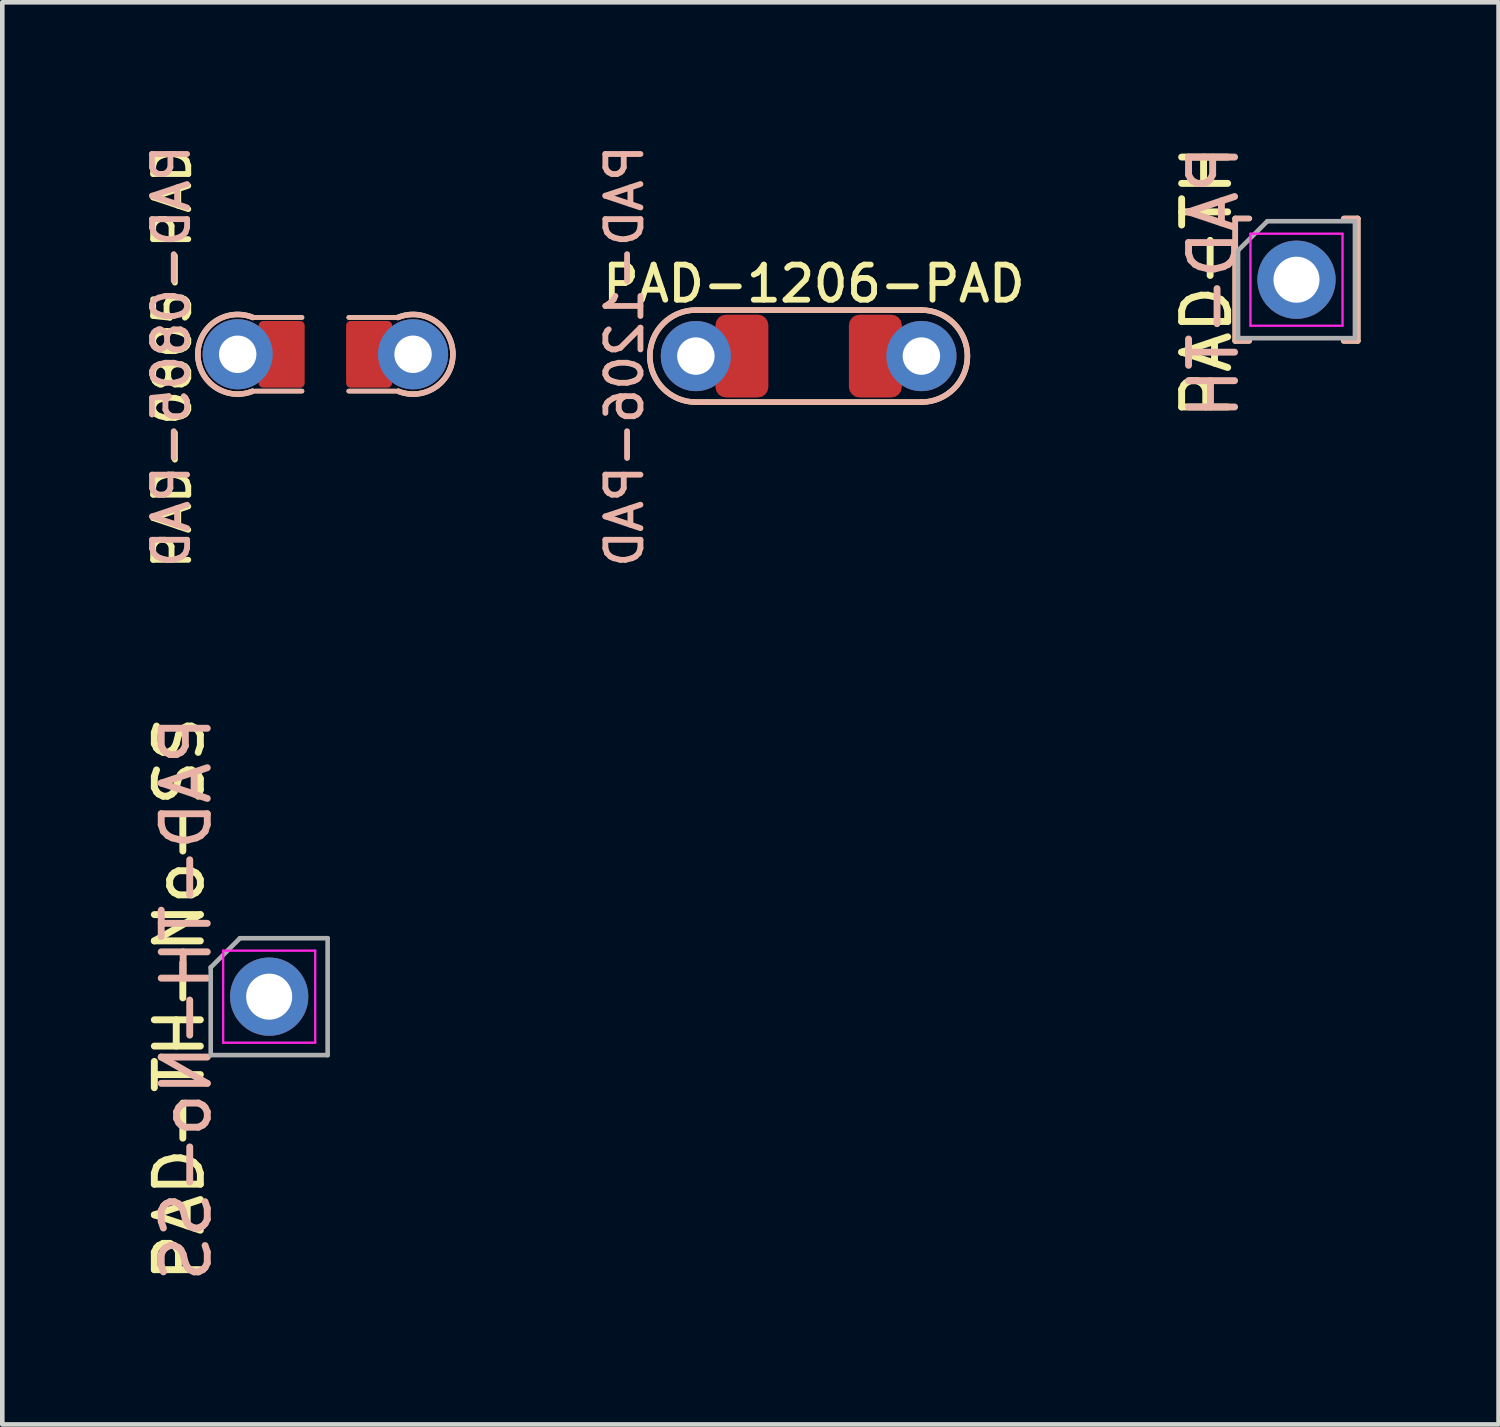
<source format=kicad_pcb>
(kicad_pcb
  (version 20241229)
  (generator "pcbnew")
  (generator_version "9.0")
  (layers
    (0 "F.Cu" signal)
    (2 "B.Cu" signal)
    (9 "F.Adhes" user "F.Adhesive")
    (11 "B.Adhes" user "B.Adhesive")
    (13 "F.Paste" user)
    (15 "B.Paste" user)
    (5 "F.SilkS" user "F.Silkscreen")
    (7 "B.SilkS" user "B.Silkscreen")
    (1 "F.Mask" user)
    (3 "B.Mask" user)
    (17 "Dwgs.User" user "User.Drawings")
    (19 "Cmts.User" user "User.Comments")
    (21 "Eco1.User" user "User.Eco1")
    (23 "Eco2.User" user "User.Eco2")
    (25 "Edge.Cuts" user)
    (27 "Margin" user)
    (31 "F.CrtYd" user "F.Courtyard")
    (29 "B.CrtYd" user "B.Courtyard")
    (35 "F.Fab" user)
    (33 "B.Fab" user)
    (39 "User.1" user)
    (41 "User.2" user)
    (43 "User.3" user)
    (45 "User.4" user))
  (footprint "PAD-0805-PAD"
    (placed yes)
    (layer "F.Cu")
    (at 4.019 4.647)
    (property "Reference" "PAD-0805-PAD" (at -3.325 0.075 270) (layer "F.SilkS") (effects (font (size 0.762 0.762) (thickness 0.127))))
    (attr smd)
    (fp_line (start -1.524 -0.8) (end -0.508 -0.8) (stroke (width 0.099) (type solid)) (layer "F.SilkS"))
    (fp_line (start -0.508 0.8) (end -1.524 0.8) (stroke (width 0.099) (type solid)) (layer "F.SilkS"))
    (fp_line (start 0.508 -0.8) (end 1.524 -0.8) (stroke (width 0.099) (type solid)) (layer "F.SilkS"))
    (fp_line (start 1.524 0.8) (end 0.508 0.8) (stroke (width 0.099) (type solid)) (layer "F.SilkS"))
    (fp_arc (start -1.583602 0.803495) (mid -2.770378 -0.004642) (end -1.575 -0.8) (stroke (width 0.12) (type solid)) (layer "F.SilkS"))
    (fp_arc (start 1.575 -0.8) (mid 2.770387 -0.002161) (end 1.579 0.801638) (stroke (width 0.12) (type solid)) (layer "F.SilkS"))
    (fp_line (start -1.524 0.8) (end -0.508 0.8) (stroke (width 0.099) (type solid)) (layer "B.SilkS"))
    (fp_line (start -0.508 -0.8) (end -1.524 -0.8) (stroke (width 0.099) (type solid)) (layer "B.SilkS"))
    (fp_line (start 0.508 0.8) (end 1.524 0.8) (stroke (width 0.099) (type solid)) (layer "B.SilkS"))
    (fp_line (start 1.524 -0.8) (end 0.508 -0.8) (stroke (width 0.099) (type solid)) (layer "B.SilkS"))
    (fp_arc (start -1.579 0.801638) (mid -2.770387 -0.002161) (end -1.575 -0.8) (stroke (width 0.12) (type solid)) (layer "B.SilkS"))
    (fp_arc (start 1.575 -0.8) (mid 2.770378 -0.004642) (end 1.583602 0.803495) (stroke (width 0.12) (type solid)) (layer "B.SilkS"))
    (fp_text user "${REFERENCE}" (at -3.35 0.039 90) (layer "B.SilkS") (effects (font (size 0.762 0.762) (thickness 0.127)) (justify mirror)))
    (pad "1" thru_hole circle (at -1.905 0) (size 1.524 1.524) (drill 0.813) (layers "*.Cu" "*.Mask"))
    (pad "1" smd roundrect (at -0.95 0) (size 1 1.45) (layers "F.Cu" "F.Mask" "F.Paste") (roundrect_rratio 0.1))
    (pad "2" smd roundrect (at 0.95 0) (size 1 1.45) (layers "F.Cu" "F.Mask" "F.Paste") (roundrect_rratio 0.1))
    (pad "2" thru_hole circle (at 1.905 0) (size 1.524 1.524) (drill 0.813) (layers "*.Cu" "*.Mask")))
  (footprint "PAD-TH-No-SS"
    (layer "F.Cu")
    (at 2.798 18.603)
    (property "Reference" "PAD-TH-No-SS" (at -1.95 0.05 90) (layer "F.SilkS") (effects (font (size 1 1) (thickness 0.15))))
    (attr through_hole)
    (fp_line (start -1 -1) (end -1 1) (stroke (width 0.05) (type solid)) (layer "F.CrtYd"))
    (fp_line (start -1 1) (end 1 1) (stroke (width 0.05) (type solid)) (layer "F.CrtYd"))
    (fp_line (start 1 -1) (end -1 -1) (stroke (width 0.05) (type solid)) (layer "F.CrtYd"))
    (fp_line (start 1 1) (end 1 -1) (stroke (width 0.05) (type solid)) (layer "F.CrtYd"))
    (fp_line (start -1.27 -0.635) (end -0.635 -1.27) (stroke (width 0.1) (type solid)) (layer "F.Fab"))
    (fp_line (start -1.27 1.27) (end -1.27 -0.635) (stroke (width 0.1) (type solid)) (layer "F.Fab"))
    (fp_line (start -0.635 -1.27) (end 1.27 -1.27) (stroke (width 0.1) (type solid)) (layer "F.Fab"))
    (fp_line (start 1.27 -1.27) (end 1.27 1.27) (stroke (width 0.1) (type solid)) (layer "F.Fab"))
    (fp_line (start 1.27 1.27) (end -1.27 1.27) (stroke (width 0.1) (type solid)) (layer "F.Fab"))
    (fp_text user "${REFERENCE}" (at -1.8 0.05 90) (layer "B.SilkS") (effects (font (size 1 1) (thickness 0.15)) (justify mirror)))
    (pad "1" thru_hole circle (at 0 0) (size 1.7 1.7) (drill 1) (layers "*.Cu" "*.Mask")))
  (footprint "PAD-TH"
    (layer "F.Cu")
    (at 25.117 3.027)
    (property "Reference" "PAD-TH" (at -1.95 0.05 90) (layer "F.SilkS") (effects (font (size 1 1) (thickness 0.15))))
    (attr through_hole)
    (fp_line (start -1.33 -1.33) (end -1.33 1.33) (stroke (width 0.12) (type solid)) (layer "F.SilkS"))
    (fp_line (start -1.036 1.33) (end -1.33 1.33) (stroke (width 0.12) (type solid)) (layer "F.SilkS"))
    (fp_line (start -1.024 -1.33) (end -1.33 -1.33) (stroke (width 0.12) (type solid)) (layer "F.SilkS"))
    (fp_line (start 1.024 1.33) (end 1.33 1.33) (stroke (width 0.12) (type solid)) (layer "F.SilkS"))
    (fp_line (start 1.036 -1.33) (end 1.33 -1.33) (stroke (width 0.12) (type solid)) (layer "F.SilkS"))
    (fp_line (start 1.33 1.33) (end 1.33 -1.33) (stroke (width 0.12) (type solid)) (layer "F.SilkS"))
    (fp_line (start -1.33 1.33) (end -1.33 -1.33) (stroke (width 0.12) (type solid)) (layer "B.SilkS"))
    (fp_line (start -1.036 -1.33) (end -1.33 -1.33) (stroke (width 0.12) (type solid)) (layer "B.SilkS"))
    (fp_line (start -1.024 1.33) (end -1.33 1.33) (stroke (width 0.12) (type solid)) (layer "B.SilkS"))
    (fp_line (start 1.024 -1.33) (end 1.33 -1.33) (stroke (width 0.12) (type solid)) (layer "B.SilkS"))
    (fp_line (start 1.036 1.33) (end 1.33 1.33) (stroke (width 0.12) (type solid)) (layer "B.SilkS"))
    (fp_line (start 1.33 -1.33) (end 1.33 1.33) (stroke (width 0.12) (type solid)) (layer "B.SilkS"))
    (fp_line (start -1 -1) (end -1 1) (stroke (width 0.05) (type solid)) (layer "F.CrtYd"))
    (fp_line (start -1 1) (end 1 1) (stroke (width 0.05) (type solid)) (layer "F.CrtYd"))
    (fp_line (start 1 -1) (end -1 -1) (stroke (width 0.05) (type solid)) (layer "F.CrtYd"))
    (fp_line (start 1 1) (end 1 -1) (stroke (width 0.05) (type solid)) (layer "F.CrtYd"))
    (fp_line (start -1.27 -0.635) (end -0.635 -1.27) (stroke (width 0.1) (type solid)) (layer "F.Fab"))
    (fp_line (start -1.27 1.27) (end -1.27 -0.635) (stroke (width 0.1) (type solid)) (layer "F.Fab"))
    (fp_line (start -0.635 -1.27) (end 1.27 -1.27) (stroke (width 0.1) (type solid)) (layer "F.Fab"))
    (fp_line (start 1.27 -1.27) (end 1.27 1.27) (stroke (width 0.1) (type solid)) (layer "F.Fab"))
    (fp_line (start 1.27 1.27) (end -1.27 1.27) (stroke (width 0.1) (type solid)) (layer "F.Fab"))
    (fp_text user "${REFERENCE}" (at -1.8 0.05 90) (layer "B.SilkS") (effects (font (size 1 1) (thickness 0.15)) (justify mirror)))
    (pad "1" thru_hole circle (at 0 0) (size 1.7 1.7) (drill 1) (layers "*.Cu" "*.Mask")))
  (footprint "PAD-1206-PAD"
    (placed yes)
    (layer "F.Cu")
    (at 14.518 4.686)
    (property "Reference" "PAD-1206-PAD" (at 0.115 -1.571 180) (layer "F.SilkS") (effects (font (size 0.762 0.762) (thickness 0.127))))
    (attr smd)
    (fp_line (start -2.4 -1) (end 2.45 -1) (stroke (width 0.12) (type solid)) (layer "F.SilkS"))
    (fp_line (start -2.4 1) (end 2.45 1) (stroke (width 0.12) (type solid)) (layer "F.SilkS"))
    (fp_arc (start -2.45 1) (mid -3.45 0) (end -2.45 -1) (stroke (width 0.12) (type solid)) (layer "F.SilkS"))
    (fp_arc (start 2.45 -1) (mid 3.45 0) (end 2.45 1) (stroke (width 0.12) (type solid)) (layer "F.SilkS"))
    (fp_line (start 2.4 -1) (end -2.45 -1) (stroke (width 0.12) (type solid)) (layer "B.SilkS"))
    (fp_line (start 2.4 1) (end -2.45 1) (stroke (width 0.12) (type solid)) (layer "B.SilkS"))
    (fp_arc (start -2.45 1) (mid -3.45 0) (end -2.45 -1) (stroke (width 0.12) (type solid)) (layer "B.SilkS"))
    (fp_arc (start 2.45 -1) (mid 3.45 0) (end 2.45 1) (stroke (width 0.12) (type solid)) (layer "B.SilkS"))
    (fp_text user "${REFERENCE}" (at -4 0 90) (layer "B.SilkS") (effects (font (size 0.762 0.762) (thickness 0.127)) (justify mirror)))
    (pad "1" thru_hole circle (at -2.45 0) (size 1.524 1.524) (drill 0.813) (layers "*.Cu" "*.Mask"))
    (pad "1" smd roundrect (at -1.45 0 90) (size 1.8 1.15) (layers "F.Cu" "F.Mask" "F.Paste") (roundrect_rratio 0.2))
    (pad "2" smd roundrect (at 1.45 0 90) (size 1.8 1.15) (layers "F.Cu" "F.Mask" "F.Paste") (roundrect_rratio 0.2))
    (pad "2" thru_hole circle (at 2.45 0) (size 1.524 1.524) (drill 0.813) (layers "*.Cu" "*.Mask")))
  (gr_rect
    (start -3 -3)
    (end 29.507 27.897)
    (stroke (width 0.1) (type default))
    (fill no)
    (layer "Edge.Cuts")))
</source>
